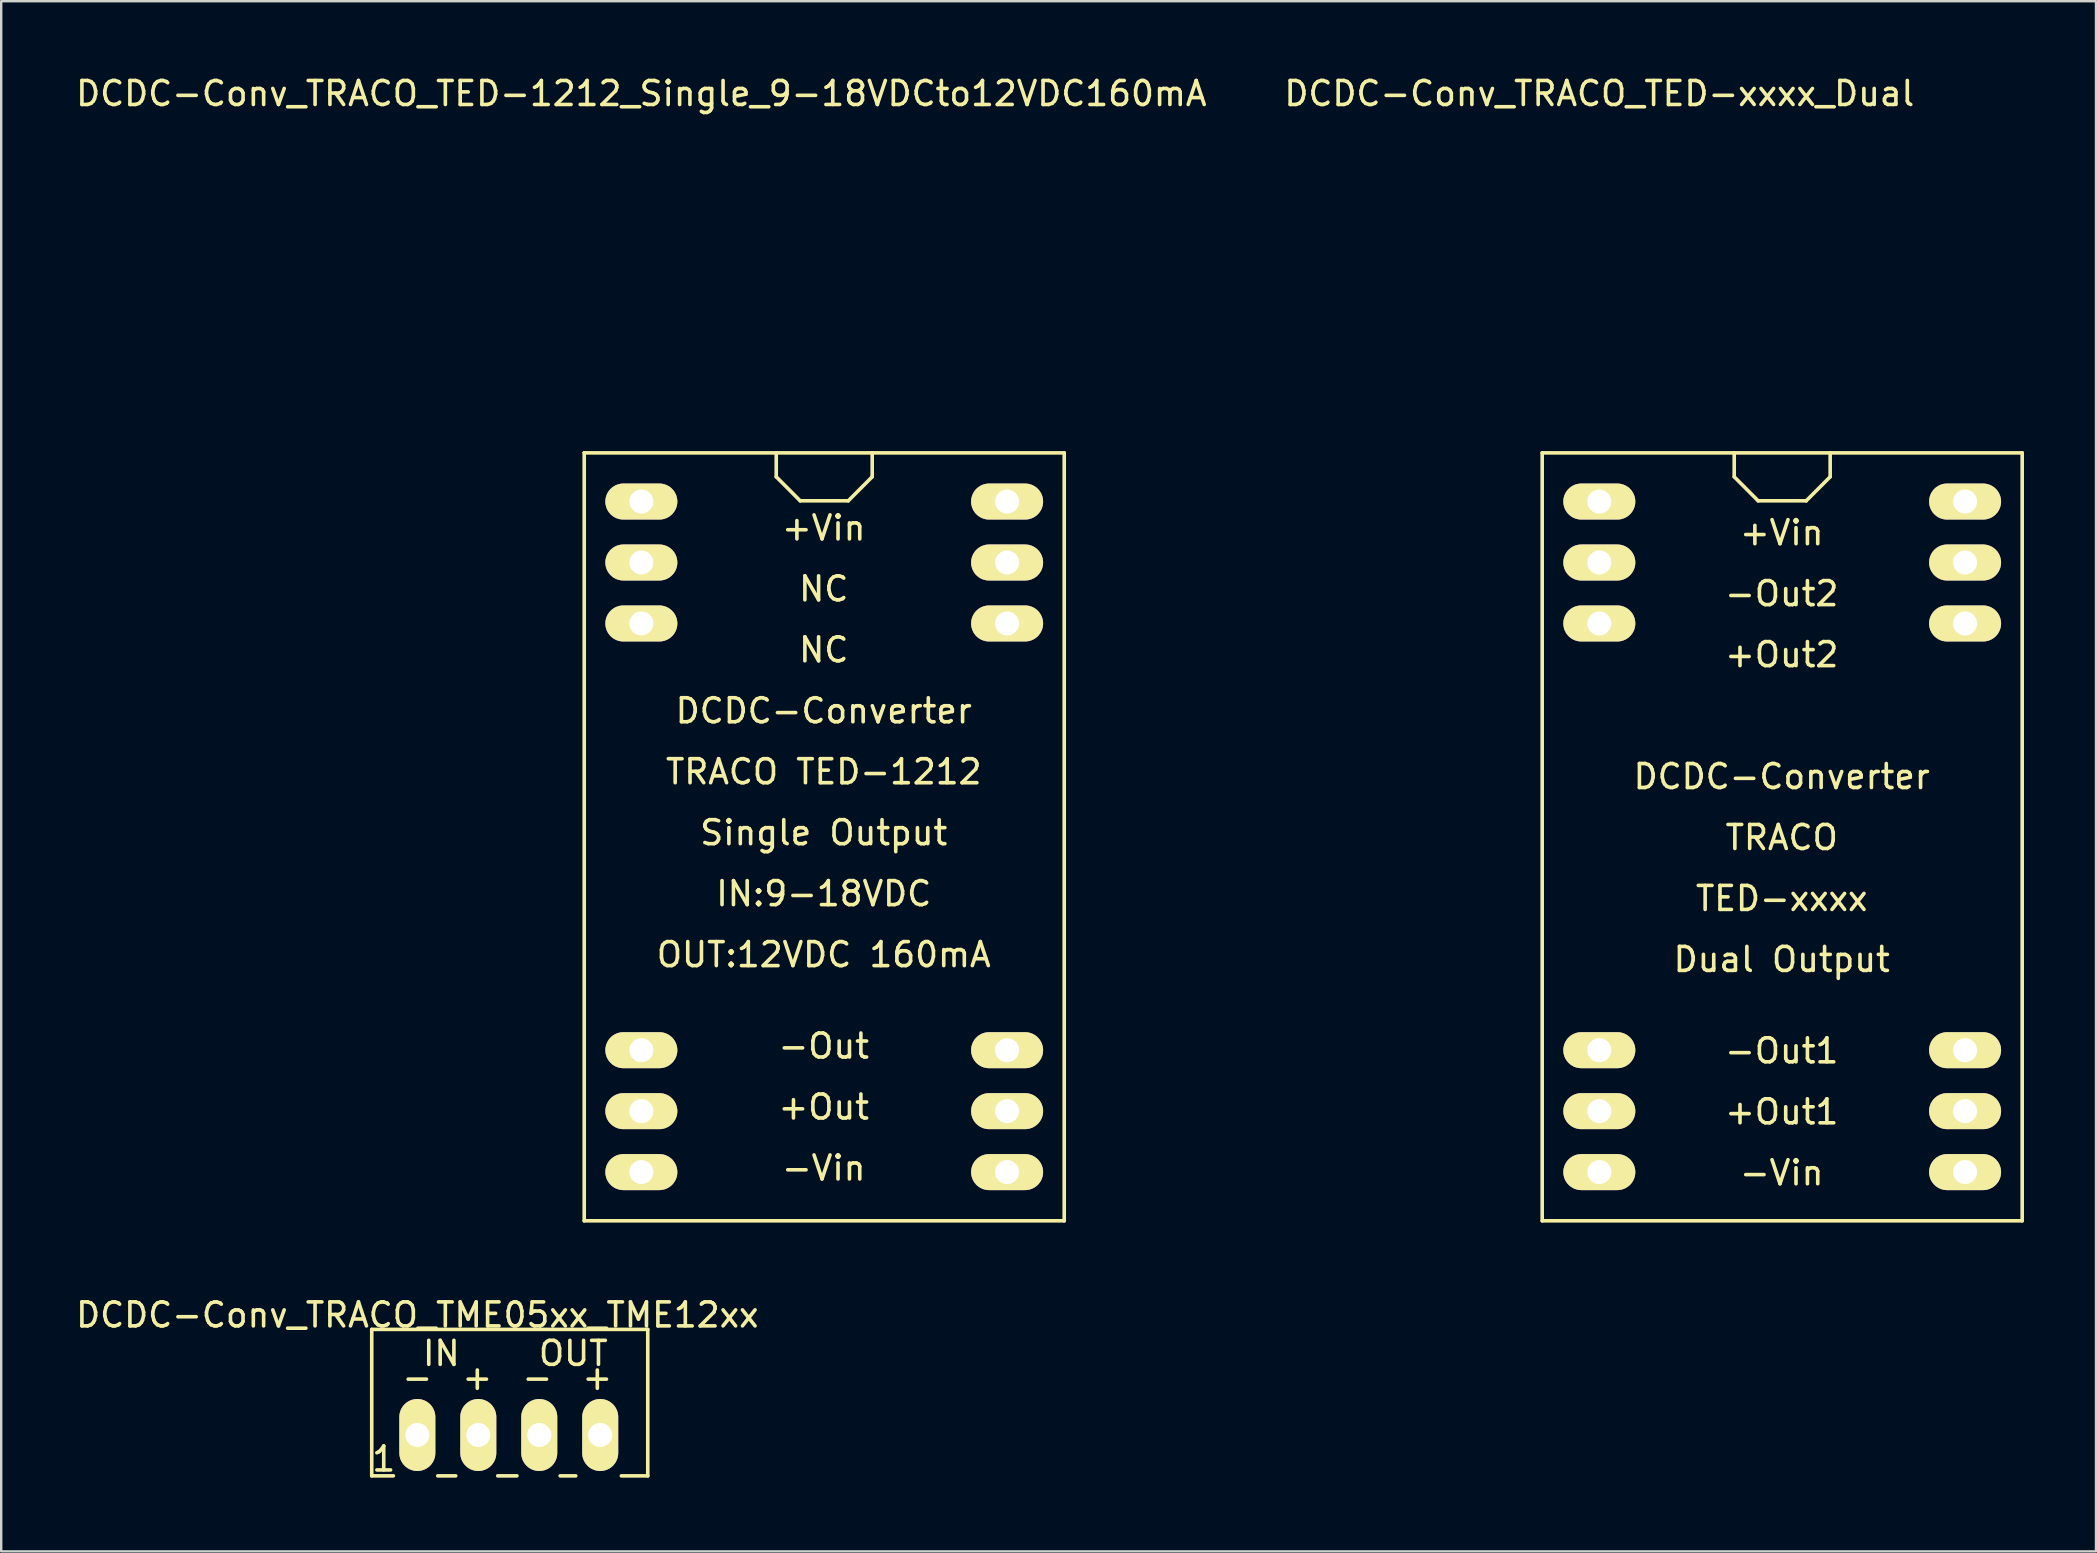
<source format=kicad_pcb>
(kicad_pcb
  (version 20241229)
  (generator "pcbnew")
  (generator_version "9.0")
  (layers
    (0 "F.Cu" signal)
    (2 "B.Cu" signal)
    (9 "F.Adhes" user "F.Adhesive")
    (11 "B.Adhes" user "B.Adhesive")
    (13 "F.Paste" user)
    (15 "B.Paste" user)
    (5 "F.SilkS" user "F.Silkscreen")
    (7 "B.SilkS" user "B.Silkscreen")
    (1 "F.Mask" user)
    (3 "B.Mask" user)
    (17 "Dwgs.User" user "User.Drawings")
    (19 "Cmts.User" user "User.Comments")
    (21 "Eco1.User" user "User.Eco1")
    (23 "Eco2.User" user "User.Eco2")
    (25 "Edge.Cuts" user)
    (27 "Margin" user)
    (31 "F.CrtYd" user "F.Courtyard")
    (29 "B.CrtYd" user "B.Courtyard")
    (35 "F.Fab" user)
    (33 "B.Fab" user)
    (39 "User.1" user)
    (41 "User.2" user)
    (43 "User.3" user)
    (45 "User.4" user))
  (footprint "DCDC-Conv_TRACO_TED-xxxx_Dual"
    (layer "F.Cu")
    (at 63.589 17.848)
    (property "Reference" "DCDC-Conv_TRACO_TED-xxxx_Dual" (at 0 -17 0) (layer "F.SilkS") (effects (font (size 1 1) (thickness 0.15))))
    (attr through_hole)
    (fp_line (start -2.38 -2.029) (end -2.38 29.97) (stroke (width 0.15) (type solid)) (layer "F.SilkS"))
    (fp_line (start -2.38 29.97) (end 17.62 29.97) (stroke (width 0.15) (type solid)) (layer "F.SilkS"))
    (fp_line (start 5.621 -2.029) (end 5.621 -1.031) (stroke (width 0.15) (type solid)) (layer "F.SilkS"))
    (fp_line (start 5.621 -1.031) (end 6.619 -0.03) (stroke (width 0.15) (type solid)) (layer "F.SilkS"))
    (fp_line (start 6.619 -0.03) (end 8.621 -0.03) (stroke (width 0.15) (type solid)) (layer "F.SilkS"))
    (fp_line (start 8.621 -0.03) (end 9.619 -1.031) (stroke (width 0.15) (type solid)) (layer "F.SilkS"))
    (fp_line (start 9.619 -1.031) (end 9.619 -2.029) (stroke (width 0.15) (type solid)) (layer "F.SilkS"))
    (fp_line (start 17.62 -2.029) (end -2.38 -2.029) (stroke (width 0.15) (type solid)) (layer "F.SilkS"))
    (fp_line (start 17.62 29.97) (end 17.62 -2.029) (stroke (width 0.15) (type solid)) (layer "F.SilkS"))
    (fp_text user "DCDC-Converter" (at 7.6 11.46 0) (layer "F.SilkS") (effects (font (size 1 1) (thickness 0.15))))
    (fp_text user "TED-xxxx" (at 7.6 16.54 0) (layer "F.SilkS") (effects (font (size 1 1) (thickness 0.15))))
    (fp_text user "-Out2" (at 7.6 3.84 0) (layer "F.SilkS") (effects (font (size 1 1) (thickness 0.15))))
    (fp_text user "-Vin" (at 7.6 27.97 0) (layer "F.SilkS") (effects (font (size 1 1) (thickness 0.15))))
    (fp_text user "-Out1" (at 7.6 22.89 0) (layer "F.SilkS") (effects (font (size 1 1) (thickness 0.15))))
    (fp_text user "+Vin" (at 7.6 1.3 0) (layer "F.SilkS") (effects (font (size 1 1) (thickness 0.15))))
    (fp_text user "+Out1" (at 7.6 25.43 0) (layer "F.SilkS") (effects (font (size 1 1) (thickness 0.15))))
    (fp_text user "Dual Output" (at 7.6 19.08 0) (layer "F.SilkS") (effects (font (size 1 1) (thickness 0.15))))
    (fp_text user "TRACO" (at 7.6 14 0) (layer "F.SilkS") (effects (font (size 1 1) (thickness 0.15))))
    (fp_text user "+Out2" (at 7.6 6.38 0) (layer "F.SilkS") (effects (font (size 1 1) (thickness 0.15))))
    (pad "1" thru_hole oval (at 0 0) (size 3 1.501) (drill 1.001) (layers "*.Cu" "*.Mask" "F.SilkS"))
    (pad "2" thru_hole oval (at 0 2.54) (size 3 1.501) (drill 1.001) (layers "*.Cu" "*.Mask" "F.SilkS"))
    (pad "3" thru_hole oval (at 0 5.08) (size 3 1.501) (drill 1.001) (layers "*.Cu" "*.Mask" "F.SilkS"))
    (pad "10" thru_hole oval (at 0 22.86) (size 3 1.501) (drill 1.001) (layers "*.Cu" "*.Mask" "F.SilkS"))
    (pad "11" thru_hole oval (at 0 25.4) (size 3 1.501) (drill 1.001) (layers "*.Cu" "*.Mask" "F.SilkS"))
    (pad "12" thru_hole oval (at 0 27.94) (size 3 1.501) (drill 1.001) (layers "*.Cu" "*.Mask" "F.SilkS"))
    (pad "13" thru_hole oval (at 15.24 27.94) (size 3 1.501) (drill 1.001) (layers "*.Cu" "*.Mask" "F.SilkS"))
    (pad "14" thru_hole oval (at 15.24 25.4) (size 3 1.501) (drill 1.001) (layers "*.Cu" "*.Mask" "F.SilkS"))
    (pad "15" thru_hole oval (at 15.24 22.86) (size 3 1.501) (drill 1.001) (layers "*.Cu" "*.Mask" "F.SilkS"))
    (pad "22" thru_hole oval (at 15.24 5.08) (size 3 1.501) (drill 1.001) (layers "*.Cu" "*.Mask" "F.SilkS"))
    (pad "23" thru_hole oval (at 15.24 2.54) (size 3 1.501) (drill 1.001) (layers "*.Cu" "*.Mask" "F.SilkS"))
    (pad "24" thru_hole oval (at 15.24 0) (size 3 1.501) (drill 1.001) (layers "*.Cu" "*.Mask" "F.SilkS")))
  (footprint "DCDC-Conv_TRACO_TED-1212_Single_9-18VDCto12VDC160mA"
    (layer "F.Cu")
    (at 23.673 17.848)
    (property "Reference" "DCDC-Conv_TRACO_TED-1212_Single_9-18VDCto12VDC160mA" (at 0 -17 0) (layer "F.SilkS") (effects (font (size 1 1) (thickness 0.15))))
    (attr through_hole)
    (fp_line (start -2.38 -2.029) (end -2.38 29.97) (stroke (width 0.15) (type solid)) (layer "F.SilkS"))
    (fp_line (start -2.38 29.97) (end 17.62 29.97) (stroke (width 0.15) (type solid)) (layer "F.SilkS"))
    (fp_line (start 5.621 -2.029) (end 5.621 -1.031) (stroke (width 0.15) (type solid)) (layer "F.SilkS"))
    (fp_line (start 5.621 -1.031) (end 6.619 -0.03) (stroke (width 0.15) (type solid)) (layer "F.SilkS"))
    (fp_line (start 6.619 -0.03) (end 8.621 -0.03) (stroke (width 0.15) (type solid)) (layer "F.SilkS"))
    (fp_line (start 8.621 -0.03) (end 9.619 -1.031) (stroke (width 0.15) (type solid)) (layer "F.SilkS"))
    (fp_line (start 9.619 -1.031) (end 9.619 -2.029) (stroke (width 0.15) (type solid)) (layer "F.SilkS"))
    (fp_line (start 17.62 -2.029) (end -2.38 -2.029) (stroke (width 0.15) (type solid)) (layer "F.SilkS"))
    (fp_line (start 17.62 29.97) (end 17.62 -2.029) (stroke (width 0.15) (type solid)) (layer "F.SilkS"))
    (fp_text user "OUT:12VDC 160mA" (at 7.6 18.88 0) (layer "F.SilkS") (effects (font (size 1 1) (thickness 0.15))))
    (fp_text user "TRACO TED-1212" (at 7.6 11.26 0) (layer "F.SilkS") (effects (font (size 1 1) (thickness 0.15))))
    (fp_text user "NC" (at 7.6 3.64 0) (layer "F.SilkS") (effects (font (size 1 1) (thickness 0.15))))
    (fp_text user "-Out" (at 7.6 22.69 0) (layer "F.SilkS") (effects (font (size 1 1) (thickness 0.15))))
    (fp_text user "NC" (at 7.6 6.18 0) (layer "F.SilkS") (effects (font (size 1 1) (thickness 0.15))))
    (fp_text user "-Vin" (at 7.6 27.77 0) (layer "F.SilkS") (effects (font (size 1 1) (thickness 0.15))))
    (fp_text user "Single Output" (at 7.6 13.8 0) (layer "F.SilkS") (effects (font (size 1 1) (thickness 0.15))))
    (fp_text user "IN:9-18VDC" (at 7.6 16.34 0) (layer "F.SilkS") (effects (font (size 1 1) (thickness 0.15))))
    (fp_text user "+Out" (at 7.6 25.23 0) (layer "F.SilkS") (effects (font (size 1 1) (thickness 0.15))))
    (fp_text user "DCDC-Converter" (at 7.6 8.72 0) (layer "F.SilkS") (effects (font (size 1 1) (thickness 0.15))))
    (fp_text user "+Vin" (at 7.6 1.1 0) (layer "F.SilkS") (effects (font (size 1 1) (thickness 0.15))))
    (pad "1" thru_hole oval (at 0 0) (size 3 1.501) (drill 1.001) (layers "*.Cu" "*.Mask" "F.SilkS"))
    (pad "2" thru_hole oval (at 0 2.54) (size 3 1.501) (drill 1.001) (layers "*.Cu" "*.Mask" "F.SilkS"))
    (pad "3" thru_hole oval (at 0 5.08) (size 3 1.501) (drill 1.001) (layers "*.Cu" "*.Mask" "F.SilkS"))
    (pad "10" thru_hole oval (at 0 22.86) (size 3 1.501) (drill 1.001) (layers "*.Cu" "*.Mask" "F.SilkS"))
    (pad "11" thru_hole oval (at 0 25.4) (size 3 1.501) (drill 1.001) (layers "*.Cu" "*.Mask" "F.SilkS"))
    (pad "12" thru_hole oval (at 0 27.94) (size 3 1.501) (drill 1.001) (layers "*.Cu" "*.Mask" "F.SilkS"))
    (pad "13" thru_hole oval (at 15.24 27.94) (size 3 1.501) (drill 1.001) (layers "*.Cu" "*.Mask" "F.SilkS"))
    (pad "14" thru_hole oval (at 15.24 25.4) (size 3 1.501) (drill 1.001) (layers "*.Cu" "*.Mask" "F.SilkS"))
    (pad "15" thru_hole oval (at 15.24 22.86) (size 3 1.501) (drill 1.001) (layers "*.Cu" "*.Mask" "F.SilkS"))
    (pad "22" thru_hole oval (at 15.24 5.08) (size 3 1.501) (drill 1.001) (layers "*.Cu" "*.Mask" "F.SilkS"))
    (pad "23" thru_hole oval (at 15.24 2.54) (size 3 1.501) (drill 1.001) (layers "*.Cu" "*.Mask" "F.SilkS"))
    (pad "24" thru_hole oval (at 15.24 0) (size 3 1.501) (drill 1.001) (layers "*.Cu" "*.Mask" "F.SilkS")))
  (footprint "DCDC-Conv_TRACO_TME05xx_TME12xx"
    (layer "F.Cu")
    (at 14.339 56.742)
    (property "Reference" "DCDC-Conv_TRACO_TME05xx_TME12xx" (at 0 -5.001 0) (layer "F.SilkS") (effects (font (size 1 1) (thickness 0.15))))
    (attr through_hole)
    (fp_line (start -1.9 -4.399) (end -1.9 1.702) (stroke (width 0.15) (type solid)) (layer "F.SilkS"))
    (fp_line (start -0.998 1.702) (end -1.9 1.702) (stroke (width 0.15) (type solid)) (layer "F.SilkS"))
    (fp_line (start 1.6 1.702) (end 0.851 1.702) (stroke (width 0.15) (type solid)) (layer "F.SilkS"))
    (fp_line (start 4.15 1.702) (end 3.35 1.702) (stroke (width 0.15) (type solid)) (layer "F.SilkS"))
    (fp_line (start 6.601 1.702) (end 5.951 1.702) (stroke (width 0.15) (type solid)) (layer "F.SilkS"))
    (fp_line (start 9.601 -4.399) (end -1.9 -4.399) (stroke (width 0.15) (type solid)) (layer "F.SilkS"))
    (fp_line (start 9.601 1.702) (end 8.501 1.702) (stroke (width 0.15) (type solid)) (layer "F.SilkS"))
    (fp_line (start 9.601 1.702) (end 9.601 -4.399) (stroke (width 0.15) (type solid)) (layer "F.SilkS"))
    (fp_text user "+" (at 2.499 -2.401 0) (layer "F.SilkS") (effects (font (size 1 1) (thickness 0.15))))
    (fp_text user "+" (at 7.5 -2.401 0) (layer "F.SilkS") (effects (font (size 1 1) (thickness 0.15))))
    (fp_text user "-" (at 5.001 -2.401 0) (layer "F.SilkS") (effects (font (size 1 1) (thickness 0.15))))
    (fp_text user "OUT" (at 6.499 -3.399 0) (layer "F.SilkS") (effects (font (size 1 1) (thickness 0.15))))
    (fp_text user "1" (at -1.4 1 0) (layer "F.SilkS") (effects (font (size 1 1) (thickness 0.15))))
    (fp_text user "-" (at -0.001 -2.401 0) (layer "F.SilkS") (effects (font (size 1 1) (thickness 0.15))))
    (fp_text user "IN" (at 1 -3.399 0) (layer "F.SilkS") (effects (font (size 1 1) (thickness 0.15))))
    (pad "1" thru_hole oval (at 0 0) (size 1.501 3) (drill 1.001) (layers "*.Cu" "*.Mask" "F.SilkS"))
    (pad "2" thru_hole oval (at 2.54 0) (size 1.501 3) (drill 1.001) (layers "*.Cu" "*.Mask" "F.SilkS"))
    (pad "3" thru_hole oval (at 5.08 0) (size 1.501 3) (drill 1.001) (layers "*.Cu" "*.Mask" "F.SilkS"))
    (pad "4" thru_hole oval (at 7.62 0) (size 1.501 3) (drill 1.001) (layers "*.Cu" "*.Mask" "F.SilkS")))
  (gr_rect
    (start -3 -3)
    (end 84.284 61.591)
    (stroke (width 0.1) (type default))
    (fill no)
    (layer "Edge.Cuts")))
</source>
